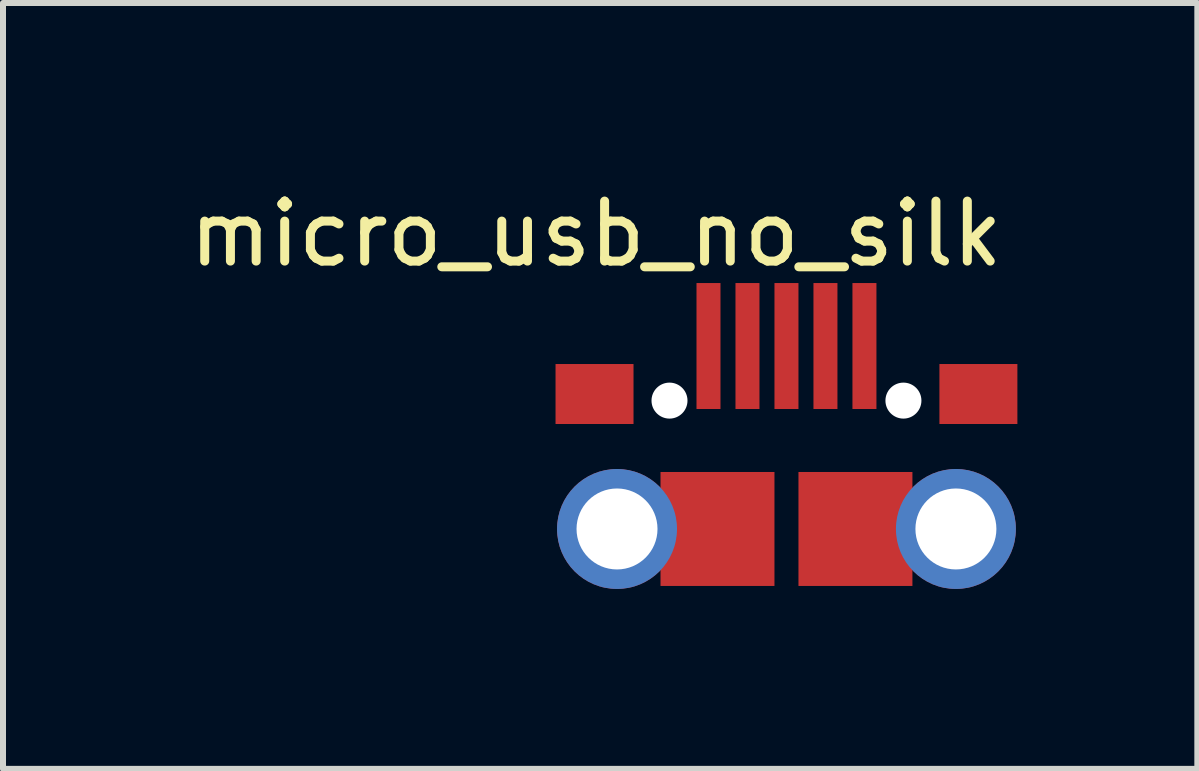
<source format=kicad_pcb>
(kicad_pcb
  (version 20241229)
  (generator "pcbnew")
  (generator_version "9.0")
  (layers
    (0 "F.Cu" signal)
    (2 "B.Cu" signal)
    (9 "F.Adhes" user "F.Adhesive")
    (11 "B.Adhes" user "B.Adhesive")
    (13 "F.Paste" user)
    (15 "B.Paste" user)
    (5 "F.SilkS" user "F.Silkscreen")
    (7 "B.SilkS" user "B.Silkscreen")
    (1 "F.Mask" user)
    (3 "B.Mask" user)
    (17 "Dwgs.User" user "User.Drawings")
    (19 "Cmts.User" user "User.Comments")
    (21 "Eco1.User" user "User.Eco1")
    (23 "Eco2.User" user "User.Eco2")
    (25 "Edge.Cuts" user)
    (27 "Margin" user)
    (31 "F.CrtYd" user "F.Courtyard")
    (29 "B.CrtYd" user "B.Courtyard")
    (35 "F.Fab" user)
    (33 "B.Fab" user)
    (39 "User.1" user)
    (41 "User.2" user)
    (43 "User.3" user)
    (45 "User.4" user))
  (footprint "micro_usb_no_silk"
    (layer "F.Cu")
    (at 10.062 3.769)
    (property "Reference" "micro_usb_no_silk" (at -3.175 -2.921 180) (layer "F.SilkS") (effects (font (size 1 1) (thickness 0.15))))
    (attr through_hole)
    (pad "" np_thru_hole circle (at -1.95 -0.14) (size 0.6 0.6) (drill 0.6) (layers "*.Cu" "*.Mask"))
    (pad "" np_thru_hole circle (at 1.95 -0.14) (size 0.6 0.6) (drill 0.6) (layers "*.Cu" "*.Mask"))
    (pad "1" smd rect (at -1.3 -1.05) (size 0.4 2.1) (layers "F.Cu" "F.Mask" "F.Paste"))
    (pad "2" smd rect (at -0.65 -1.05) (size 0.4 2.1) (layers "F.Cu" "F.Mask" "F.Paste"))
    (pad "3" smd rect (at 0 -1.05) (size 0.4 2.1) (layers "F.Cu" "F.Mask" "F.Paste"))
    (pad "4" smd rect (at 0.65 -1.05) (size 0.4 2.1) (layers "F.Cu" "F.Mask" "F.Paste"))
    (pad "5" smd rect (at 1.3 -1.05) (size 0.4 2.1) (layers "F.Cu" "F.Mask" "F.Paste"))
    (pad "6" smd rect (at -3.2 -0.25) (size 1.3 1) (layers "F.Cu" "F.Mask" "F.Paste"))
    (pad "6" thru_hole circle (at -2.825 2) (size 2 2) (drill 1.35) (layers "*.Cu" "*.Mask"))
    (pad "6" smd rect (at -1.15 2) (size 1.9 1.9) (layers "F.Cu" "F.Mask" "F.Paste"))
    (pad "6" smd rect (at 1.15 2) (size 1.9 1.9) (layers "F.Cu" "F.Mask" "F.Paste"))
    (pad "6" thru_hole circle (at 2.825 2) (size 2 2) (drill 1.35) (layers "*.Cu" "*.Mask"))
    (pad "6" smd rect (at 3.2 -0.25) (size 1.3 1) (layers "F.Cu" "F.Mask" "F.Paste")))
  (gr_rect
    (start -3 -3)
    (end 16.912 9.769)
    (stroke (width 0.1) (type default))
    (fill no)
    (layer "Edge.Cuts")))
</source>
